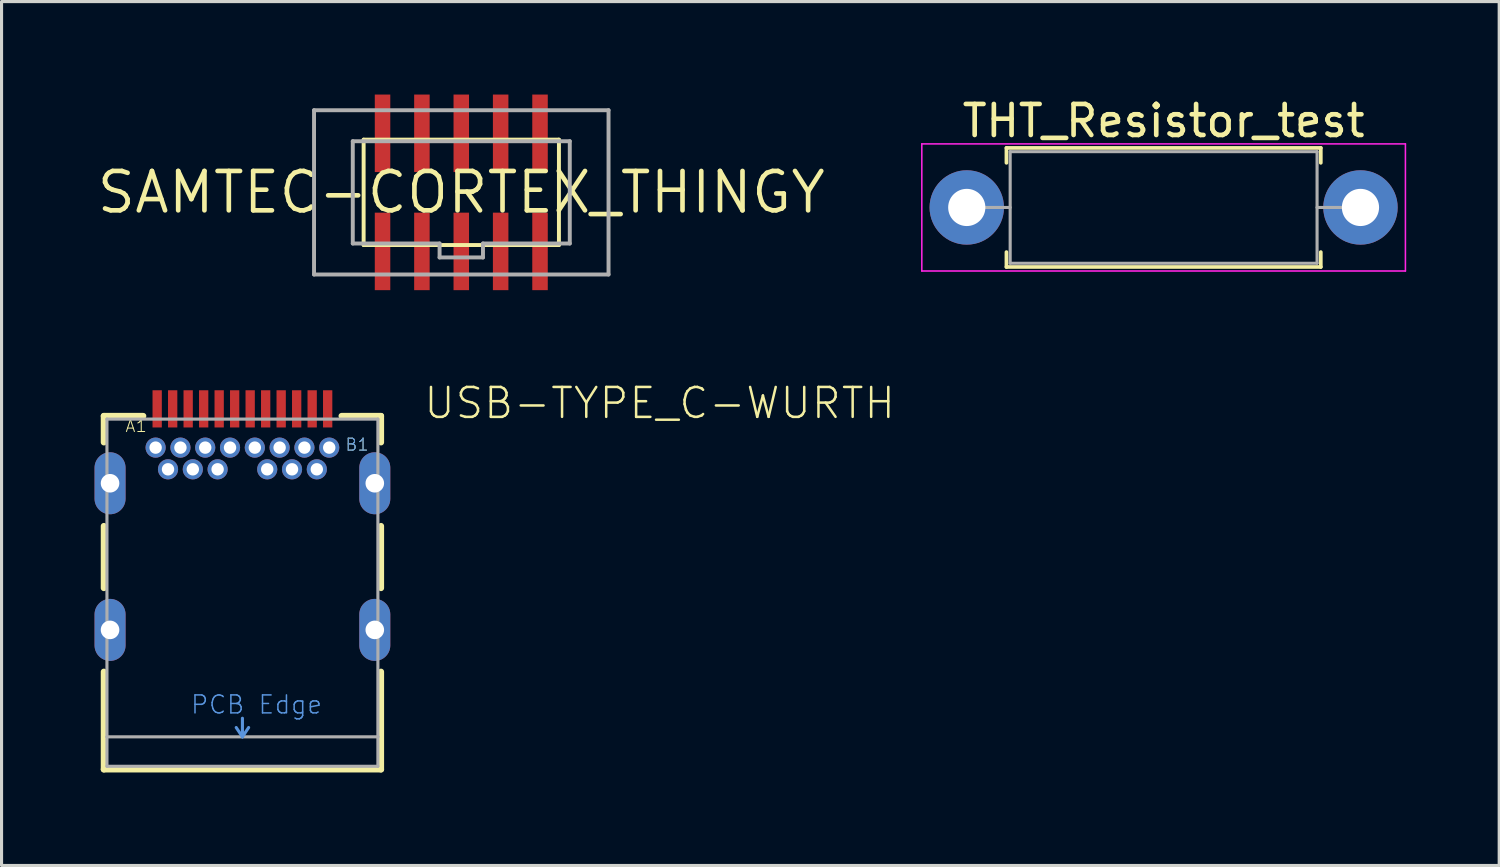
<source format=kicad_pcb>
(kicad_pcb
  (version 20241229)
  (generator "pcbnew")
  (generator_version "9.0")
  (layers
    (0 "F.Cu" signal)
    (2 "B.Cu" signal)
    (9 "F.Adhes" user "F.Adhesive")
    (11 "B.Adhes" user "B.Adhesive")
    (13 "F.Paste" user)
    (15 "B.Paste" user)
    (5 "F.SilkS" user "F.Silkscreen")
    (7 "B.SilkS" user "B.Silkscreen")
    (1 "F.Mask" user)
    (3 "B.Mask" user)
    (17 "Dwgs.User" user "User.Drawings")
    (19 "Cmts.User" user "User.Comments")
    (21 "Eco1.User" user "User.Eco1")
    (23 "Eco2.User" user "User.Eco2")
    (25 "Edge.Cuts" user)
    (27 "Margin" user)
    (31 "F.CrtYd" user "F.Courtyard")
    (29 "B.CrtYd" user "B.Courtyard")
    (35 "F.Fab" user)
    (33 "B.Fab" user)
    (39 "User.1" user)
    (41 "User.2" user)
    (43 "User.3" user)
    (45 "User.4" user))
  (footprint "THT_Resistor_test"
    (layer "F.Cu")
    (at 34.486 3.515)
    (property "Reference" "THT_Resistor_test" (at 0 -2.667 0) (layer "F.SilkS") (effects (font (size 1 1) (thickness 0.15))))
    (attr through_hole)
    (fp_line (start -5.07 -1.793) (end 5.07 -1.793) (stroke (width 0.12) (type solid)) (layer "F.SilkS"))
    (fp_line (start -5.07 -1.313) (end -5.07 -1.793) (stroke (width 0.12) (type solid)) (layer "F.SilkS"))
    (fp_line (start -5.07 1.567) (end -5.07 2.047) (stroke (width 0.12) (type solid)) (layer "F.SilkS"))
    (fp_line (start -5.07 2.047) (end 5.07 2.047) (stroke (width 0.12) (type solid)) (layer "F.SilkS"))
    (fp_line (start 5.07 -1.793) (end 5.07 -1.313) (stroke (width 0.12) (type solid)) (layer "F.SilkS"))
    (fp_line (start 5.07 2.047) (end 5.07 1.567) (stroke (width 0.12) (type solid)) (layer "F.SilkS"))
    (fp_line (start -7.8 -1.923) (end -7.8 2.177) (stroke (width 0.05) (type solid)) (layer "F.CrtYd"))
    (fp_line (start -7.8 2.177) (end 7.8 2.177) (stroke (width 0.05) (type solid)) (layer "F.CrtYd"))
    (fp_line (start 7.8 -1.923) (end -7.8 -1.923) (stroke (width 0.05) (type solid)) (layer "F.CrtYd"))
    (fp_line (start 7.8 2.177) (end 7.8 -1.923) (stroke (width 0.05) (type solid)) (layer "F.CrtYd"))
    (fp_line (start -6.35 0.127) (end -4.95 0.127) (stroke (width 0.1) (type solid)) (layer "F.Fab"))
    (fp_line (start -4.95 -1.673) (end -4.95 1.927) (stroke (width 0.1) (type solid)) (layer "F.Fab"))
    (fp_line (start -4.95 1.927) (end 4.95 1.927) (stroke (width 0.1) (type solid)) (layer "F.Fab"))
    (fp_line (start 4.95 -1.673) (end -4.95 -1.673) (stroke (width 0.1) (type solid)) (layer "F.Fab"))
    (fp_line (start 4.95 1.927) (end 4.95 -1.673) (stroke (width 0.1) (type solid)) (layer "F.Fab"))
    (fp_line (start 6.35 0.127) (end 4.95 0.127) (stroke (width 0.1) (type solid)) (layer "F.Fab"))
    (pad "1" thru_hole circle (at -6.35 0.127) (size 2.4 2.4) (drill 1.2) (layers "*.Cu" "*.Mask"))
    (pad "2" thru_hole oval (at 6.35 0.127) (size 2.4 2.4) (drill 1.2) (layers "*.Cu" "*.Mask")))
  (footprint "USB-TYPE_C-WURTH"
    (layer "F.Cu")
    (at 4.77 16.069)
    (property "Reference" "USB-TYPE_C-WURTH" (at 5.8 -5.55 0) (layer "F.SilkS") (effects (font (size 0.965 0.965) (thickness 0.081)) (justify left bottom)))
    (attr through_hole)
    (fp_line (start -4.47 -5.7) (end -4.47 -4.85) (stroke (width 0.2) (type solid)) (layer "F.SilkS"))
    (fp_line (start -4.47 -2.15) (end -4.47 -0.15) (stroke (width 0.2) (type solid)) (layer "F.SilkS"))
    (fp_line (start -4.47 2.55) (end -4.47 5.7) (stroke (width 0.2) (type solid)) (layer "F.SilkS"))
    (fp_line (start -4.47 5.7) (end 4.47 5.7) (stroke (width 0.2) (type solid)) (layer "F.SilkS"))
    (fp_line (start -3.2 -5.7) (end -4.47 -5.7) (stroke (width 0.2) (type solid)) (layer "F.SilkS"))
    (fp_line (start 3.2 -5.7) (end 4.47 -5.7) (stroke (width 0.2) (type solid)) (layer "F.SilkS"))
    (fp_line (start 4.47 -5.7) (end 4.47 -4.85) (stroke (width 0.2) (type solid)) (layer "F.SilkS"))
    (fp_line (start 4.47 -0.15) (end 4.47 -2.15) (stroke (width 0.2) (type solid)) (layer "F.SilkS"))
    (fp_line (start 4.47 5.7) (end 4.47 2.55) (stroke (width 0.2) (type solid)) (layer "F.SilkS"))
    (fp_line (start 0 4.05) (end 0 4.65) (stroke (width 0.1) (type solid)) (layer "Cmts.User"))
    (fp_line (start 0 4.65) (end -0.2 4.35) (stroke (width 0.1) (type solid)) (layer "Cmts.User"))
    (fp_line (start 0 4.65) (end 0.2 4.35) (stroke (width 0.1) (type solid)) (layer "Cmts.User"))
    (fp_line (start -4.37 -5.6) (end 4.37 -5.6) (stroke (width 0.1) (type solid)) (layer "F.Fab"))
    (fp_line (start -4.37 4.65) (end -4.37 -5.6) (stroke (width 0.1) (type solid)) (layer "F.Fab"))
    (fp_line (start -4.37 4.65) (end 4.37 4.65) (stroke (width 0.1) (type solid)) (layer "F.Fab"))
    (fp_line (start -4.37 5.6) (end -4.37 4.65) (stroke (width 0.1) (type solid)) (layer "F.Fab"))
    (fp_line (start 4.37 -5.6) (end 4.37 4.65) (stroke (width 0.1) (type solid)) (layer "F.Fab"))
    (fp_line (start 4.37 4.65) (end 4.37 5.6) (stroke (width 0.1) (type solid)) (layer "F.Fab"))
    (fp_line (start 4.37 5.6) (end -4.37 5.6) (stroke (width 0.1) (type solid)) (layer "F.Fab"))
    (fp_text user "A1" (at -3.8 -5.15 0) (layer "F.SilkS") (effects (font (size 0.386 0.386) (thickness 0.033)) (justify left bottom)))
    (fp_text user "B1" (at 3.3 -4.55 0) (layer "F.SilkS") (effects (font (size 0.386 0.386) (thickness 0.033)) (justify left bottom)))
    (fp_text user "B1" (at 3.3 -4.55 0) (layer "Cmts.User") (effects (font (size 0.386 0.386) (thickness 0.033)) (justify left bottom)))
    (fp_text user "PCB Edge" (at -1.7 3.95 0) (layer "Cmts.User") (effects (font (size 0.579 0.579) (thickness 0.049)) (justify left bottom)))
    (pad "A1" smd rect (at -2.75 -5.93 90) (size 1.2 0.3) (layers "F.Cu" "F.Mask" "F.Paste"))
    (pad "A2" smd rect (at -2.25 -5.93 90) (size 1.2 0.3) (layers "F.Cu" "F.Mask" "F.Paste"))
    (pad "A3" smd rect (at -1.75 -5.93 90) (size 1.2 0.3) (layers "F.Cu" "F.Mask" "F.Paste"))
    (pad "A4" smd rect (at -1.25 -5.93 90) (size 1.2 0.3) (layers "F.Cu" "F.Mask" "F.Paste"))
    (pad "A5" smd rect (at -0.75 -5.93 90) (size 1.2 0.3) (layers "F.Cu" "F.Mask" "F.Paste"))
    (pad "A6" smd rect (at -0.25 -5.93 90) (size 1.2 0.3) (layers "F.Cu" "F.Mask" "F.Paste"))
    (pad "A7" smd rect (at 0.25 -5.93 90) (size 1.2 0.3) (layers "F.Cu" "F.Mask" "F.Paste"))
    (pad "A8" smd rect (at 0.75 -5.93 90) (size 1.2 0.3) (layers "F.Cu" "F.Mask" "F.Paste"))
    (pad "A9" smd rect (at 1.25 -5.93 90) (size 1.2 0.3) (layers "F.Cu" "F.Mask" "F.Paste"))
    (pad "A10" smd rect (at 1.75 -5.93 90) (size 1.2 0.3) (layers "F.Cu" "F.Mask" "F.Paste"))
    (pad "A11" smd rect (at 2.25 -5.93 90) (size 1.2 0.3) (layers "F.Cu" "F.Mask" "F.Paste"))
    (pad "A12" smd rect (at 2.75 -5.93 90) (size 1.2 0.3) (layers "F.Cu" "F.Mask" "F.Paste"))
    (pad "B1" thru_hole circle (at 2.8 -4.68) (size 0.65 0.65) (drill 0.4) (layers "*.Cu" "*.Mask"))
    (pad "B2" thru_hole circle (at 2.4 -3.98) (size 0.65 0.65) (drill 0.4) (layers "*.Cu" "*.Mask"))
    (pad "B3" thru_hole circle (at 1.6 -3.98) (size 0.65 0.65) (drill 0.4) (layers "*.Cu" "*.Mask"))
    (pad "B4" thru_hole circle (at 1.2 -4.68) (size 0.65 0.65) (drill 0.4) (layers "*.Cu" "*.Mask"))
    (pad "B5" thru_hole circle (at 0.8 -3.98) (size 0.65 0.65) (drill 0.4) (layers "*.Cu" "*.Mask"))
    (pad "B6" thru_hole circle (at 0.4 -4.68) (size 0.65 0.65) (drill 0.4) (layers "*.Cu" "*.Mask"))
    (pad "B7" thru_hole circle (at -0.4 -4.68) (size 0.65 0.65) (drill 0.4) (layers "*.Cu" "*.Mask"))
    (pad "B8" thru_hole circle (at -0.8 -3.98) (size 0.65 0.65) (drill 0.4) (layers "*.Cu" "*.Mask"))
    (pad "B9" thru_hole circle (at -1.2 -4.68) (size 0.65 0.65) (drill 0.4) (layers "*.Cu" "*.Mask"))
    (pad "B10" thru_hole circle (at -1.6 -3.98) (size 0.65 0.65) (drill 0.4) (layers "*.Cu" "*.Mask"))
    (pad "B11" thru_hole circle (at -2.4 -3.98) (size 0.65 0.65) (drill 0.4) (layers "*.Cu" "*.Mask"))
    (pad "B12" thru_hole circle (at -2.8 -4.68) (size 0.65 0.65) (drill 0.4) (layers "*.Cu" "*.Mask"))
    (pad "GND" thru_hole circle (at 2 -4.68) (size 0.65 0.65) (drill 0.4) (layers "*.Cu" "*.Mask"))
    (pad "GND1" thru_hole circle (at -2 -4.68) (size 0.65 0.65) (drill 0.4) (layers "*.Cu" "*.Mask"))
    (pad "S1" thru_hole oval (at -4.27 -3.53 90) (size 2 1) (drill 0.6) (layers "*.Cu" "*.Mask"))
    (pad "S1" thru_hole oval (at -4.27 1.2 90) (size 2 1) (drill 0.6) (layers "*.Cu" "*.Mask"))
    (pad "S1" thru_hole oval (at 4.27 -3.53 90) (size 2 1) (drill 0.6) (layers "*.Cu" "*.Mask"))
    (pad "S1" thru_hole oval (at 4.27 1.2 90) (size 2 1) (drill 0.6) (layers "*.Cu" "*.Mask")))
  (footprint "SAMTEC-CORTEX_THINGY"
    (layer "F.Cu")
    (at 11.83 3.155)
    (property "Reference" "SAMTEC-CORTEX_THINGY" (at 0 0 0) (layer "F.SilkS") (effects (font (size 1.27 1.27) (thickness 0.15))))
    (attr through_hole)
    (fp_line (start -3.15 -1.7) (end -3.15 1.7) (stroke (width 0.127) (type solid)) (layer "F.SilkS"))
    (fp_line (start -3.15 1.7) (end 3.15 1.7) (stroke (width 0.127) (type solid)) (layer "F.SilkS"))
    (fp_line (start 3.15 -1.7) (end -3.15 -1.7) (stroke (width 0.127) (type solid)) (layer "F.SilkS"))
    (fp_line (start 3.15 1.7) (end 3.15 -1.7) (stroke (width 0.127) (type solid)) (layer "F.SilkS"))
    (fp_line (start -4.75 -2.65) (end 4.75 -2.65) (stroke (width 0.127) (type solid)) (layer "F.Fab"))
    (fp_line (start -4.75 2.65) (end -4.75 -2.65) (stroke (width 0.127) (type solid)) (layer "F.Fab"))
    (fp_line (start -3.5 -1.65) (end 3.5 -1.65) (stroke (width 0.127) (type solid)) (layer "F.Fab"))
    (fp_line (start -3.5 1.65) (end -3.5 -1.65) (stroke (width 0.127) (type solid)) (layer "F.Fab"))
    (fp_line (start -0.7 1.65) (end -3.5 1.65) (stroke (width 0.127) (type solid)) (layer "F.Fab"))
    (fp_line (start -0.7 2.1) (end -0.7 1.65) (stroke (width 0.127) (type solid)) (layer "F.Fab"))
    (fp_line (start 0.7 1.65) (end 0.7 2.1) (stroke (width 0.127) (type solid)) (layer "F.Fab"))
    (fp_line (start 0.7 2.1) (end -0.7 2.1) (stroke (width 0.127) (type solid)) (layer "F.Fab"))
    (fp_line (start 3.5 -1.65) (end 3.5 1.65) (stroke (width 0.127) (type solid)) (layer "F.Fab"))
    (fp_line (start 3.5 1.65) (end 0.7 1.65) (stroke (width 0.127) (type solid)) (layer "F.Fab"))
    (fp_line (start 4.75 -2.65) (end 4.75 2.65) (stroke (width 0.127) (type solid)) (layer "F.Fab"))
    (fp_line (start 4.75 2.65) (end -4.75 2.65) (stroke (width 0.127) (type solid)) (layer "F.Fab"))
    (pad "1" smd rect (at -2.54 1.905) (size 0.5 2.5) (layers "F.Cu" "F.Mask" "F.Paste"))
    (pad "2" smd rect (at -2.54 -1.905) (size 0.5 2.5) (layers "F.Cu" "F.Mask" "F.Paste"))
    (pad "3" smd rect (at -1.27 1.905) (size 0.5 2.5) (layers "F.Cu" "F.Mask" "F.Paste"))
    (pad "4" smd rect (at -1.27 -1.905) (size 0.5 2.5) (layers "F.Cu" "F.Mask" "F.Paste"))
    (pad "5" smd rect (at 0 1.905) (size 0.5 2.5) (layers "F.Cu" "F.Mask" "F.Paste"))
    (pad "6" smd rect (at 0 -1.905) (size 0.5 2.5) (layers "F.Cu" "F.Mask" "F.Paste"))
    (pad "7" smd rect (at 1.27 1.905) (size 0.5 2.5) (layers "F.Cu" "F.Mask" "F.Paste"))
    (pad "8" smd rect (at 1.27 -1.905) (size 0.5 2.5) (layers "F.Cu" "F.Mask" "F.Paste"))
    (pad "9" smd rect (at 2.54 1.905) (size 0.5 2.5) (layers "F.Cu" "F.Mask" "F.Paste"))
    (pad "10" smd rect (at 2.54 -1.905) (size 0.5 2.5) (layers "F.Cu" "F.Mask" "F.Paste")))
  (gr_rect
    (start -3 -3)
    (end 45.311 24.869)
    (stroke (width 0.1) (type default))
    (fill no)
    (layer "Edge.Cuts")))
</source>
